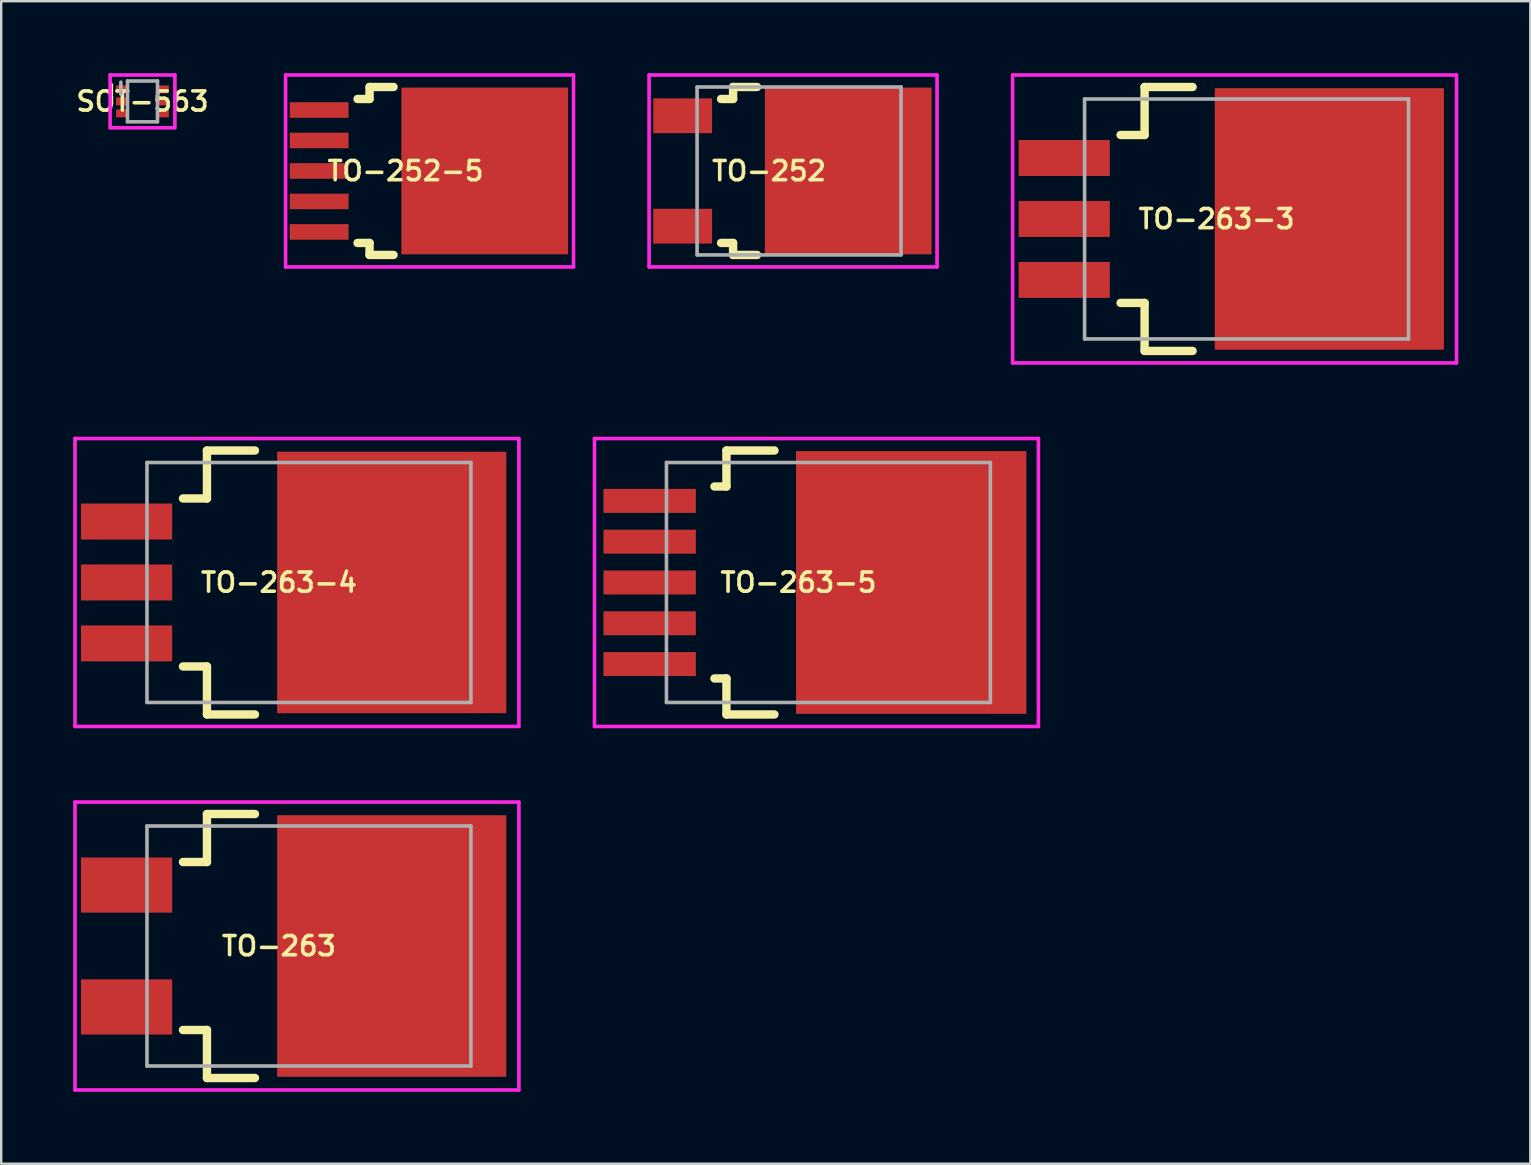
<source format=kicad_pcb>
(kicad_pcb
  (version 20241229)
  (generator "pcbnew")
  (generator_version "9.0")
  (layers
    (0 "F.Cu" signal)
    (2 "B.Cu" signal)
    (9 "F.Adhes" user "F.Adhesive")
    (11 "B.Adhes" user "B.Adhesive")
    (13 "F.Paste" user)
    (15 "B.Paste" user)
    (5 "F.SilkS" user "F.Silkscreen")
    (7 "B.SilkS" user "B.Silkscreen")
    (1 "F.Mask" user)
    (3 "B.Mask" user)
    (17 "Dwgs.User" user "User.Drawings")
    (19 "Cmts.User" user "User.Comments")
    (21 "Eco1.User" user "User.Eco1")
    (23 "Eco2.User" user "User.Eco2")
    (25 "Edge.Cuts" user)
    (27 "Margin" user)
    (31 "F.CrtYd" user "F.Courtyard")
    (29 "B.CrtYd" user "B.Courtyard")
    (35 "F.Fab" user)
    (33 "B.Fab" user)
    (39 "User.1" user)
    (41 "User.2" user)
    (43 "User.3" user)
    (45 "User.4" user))
  (footprint "TO-263-3"
    (layer "F.Cu")
    (at 47.651 6.075)
    (property "Reference" "TO-263-3" (at 0 0 0) (layer "F.SilkS") (effects (font (size 0.8 0.8) (thickness 0.15))))
    (attr through_hole)
    (fp_line (start -3 -5.5) (end -3 -3.5) (stroke (width 0.35) (type solid)) (layer "F.SilkS"))
    (fp_line (start -3 -3.5) (end -4 -3.5) (stroke (width 0.35) (type solid)) (layer "F.SilkS"))
    (fp_line (start -3 3.5) (end -4 3.5) (stroke (width 0.35) (type solid)) (layer "F.SilkS"))
    (fp_line (start -3 5.5) (end -3 3.5) (stroke (width 0.35) (type solid)) (layer "F.SilkS"))
    (fp_line (start -1 -5.5) (end -3 -5.5) (stroke (width 0.35) (type solid)) (layer "F.SilkS"))
    (fp_line (start -1 5.5) (end -3 5.5) (stroke (width 0.35) (type solid)) (layer "F.SilkS"))
    (fp_line (start -8.5 -6) (end 10 -6) (stroke (width 0.15) (type solid)) (layer "F.CrtYd"))
    (fp_line (start -8.5 6) (end -8.5 -6) (stroke (width 0.15) (type solid)) (layer "F.CrtYd"))
    (fp_line (start 10 -6) (end 10 6) (stroke (width 0.15) (type solid)) (layer "F.CrtYd"))
    (fp_line (start 10 6) (end -8.5 6) (stroke (width 0.15) (type solid)) (layer "F.CrtYd"))
    (fp_line (start -5.5 -5) (end 8 -5) (stroke (width 0.15) (type solid)) (layer "F.Fab"))
    (fp_line (start -5.5 5) (end -5.5 -5) (stroke (width 0.15) (type solid)) (layer "F.Fab"))
    (fp_line (start 8 -5) (end 8 5) (stroke (width 0.15) (type solid)) (layer "F.Fab"))
    (fp_line (start 8 5) (end -5.5 5) (stroke (width 0.15) (type solid)) (layer "F.Fab"))
    (pad "1" smd rect (at -6.35 -2.54 180) (size 3.8 1.5) (layers "F.Cu" "F.Mask" "F.Paste"))
    (pad "2" smd rect (at -6.35 2.54 180) (size 3.8 1.5) (layers "F.Cu" "F.Mask" "F.Paste"))
    (pad "3" smd rect (at -6.35 0 180) (size 3.8 1.5) (layers "F.Cu" "F.Mask" "F.Paste"))
    (pad "4" smd rect (at 4.7 0 180) (size 9.55 10.9) (layers "F.Cu" "F.Mask" "F.Paste")))
  (footprint "TO-263"
    (layer "F.Cu")
    (at 8.575 36.375)
    (property "Reference" "TO-263" (at 0 0 0) (layer "F.SilkS") (effects (font (size 0.8 0.8) (thickness 0.15))))
    (attr through_hole)
    (fp_line (start -3 -5.5) (end -3 -3.5) (stroke (width 0.35) (type solid)) (layer "F.SilkS"))
    (fp_line (start -3 -3.5) (end -4 -3.5) (stroke (width 0.35) (type solid)) (layer "F.SilkS"))
    (fp_line (start -3 3.5) (end -4 3.5) (stroke (width 0.35) (type solid)) (layer "F.SilkS"))
    (fp_line (start -3 5.5) (end -3 3.5) (stroke (width 0.35) (type solid)) (layer "F.SilkS"))
    (fp_line (start -1 -5.5) (end -3 -5.5) (stroke (width 0.35) (type solid)) (layer "F.SilkS"))
    (fp_line (start -1 5.5) (end -3 5.5) (stroke (width 0.35) (type solid)) (layer "F.SilkS"))
    (fp_line (start -8.5 -6) (end 10 -6) (stroke (width 0.15) (type solid)) (layer "F.CrtYd"))
    (fp_line (start -8.5 6) (end -8.5 -6) (stroke (width 0.15) (type solid)) (layer "F.CrtYd"))
    (fp_line (start 10 -6) (end 10 6) (stroke (width 0.15) (type solid)) (layer "F.CrtYd"))
    (fp_line (start 10 6) (end -8.5 6) (stroke (width 0.15) (type solid)) (layer "F.CrtYd"))
    (fp_line (start -5.5 -5) (end 8 -5) (stroke (width 0.15) (type solid)) (layer "F.Fab"))
    (fp_line (start -5.5 5) (end -5.5 -5) (stroke (width 0.15) (type solid)) (layer "F.Fab"))
    (fp_line (start 8 -5) (end 8 5) (stroke (width 0.15) (type solid)) (layer "F.Fab"))
    (fp_line (start 8 5) (end -5.5 5) (stroke (width 0.15) (type solid)) (layer "F.Fab"))
    (pad "1" smd rect (at -6.35 -2.54 180) (size 3.8 2.3) (layers "F.Cu" "F.Mask" "F.Paste"))
    (pad "2" smd rect (at -6.35 2.54 180) (size 3.8 2.3) (layers "F.Cu" "F.Mask" "F.Paste"))
    (pad "3" smd rect (at 4.7 0 180) (size 9.55 10.9) (layers "F.Cu" "F.Mask" "F.Paste")))
  (footprint "TO-252"
    (layer "F.Cu")
    (at 29.001 4.075)
    (property "Reference" "TO-252" (at 0 0 0) (layer "F.SilkS") (effects (font (size 0.8 0.8) (thickness 0.15))))
    (attr through_hole)
    (fp_line (start -1.5 -3.5) (end -1.5 -3) (stroke (width 0.35) (type solid)) (layer "F.SilkS"))
    (fp_line (start -1.5 -3) (end -2 -3) (stroke (width 0.35) (type solid)) (layer "F.SilkS"))
    (fp_line (start -1.5 3) (end -2 3) (stroke (width 0.35) (type solid)) (layer "F.SilkS"))
    (fp_line (start -1.5 3.5) (end -1.5 3) (stroke (width 0.35) (type solid)) (layer "F.SilkS"))
    (fp_line (start -0.5 -3.5) (end -1.5 -3.5) (stroke (width 0.35) (type solid)) (layer "F.SilkS"))
    (fp_line (start -0.5 3.5) (end -1.5 3.5) (stroke (width 0.35) (type solid)) (layer "F.SilkS"))
    (fp_line (start -5 -4) (end 7 -4) (stroke (width 0.15) (type solid)) (layer "F.CrtYd"))
    (fp_line (start -5 4) (end -5 -4) (stroke (width 0.15) (type solid)) (layer "F.CrtYd"))
    (fp_line (start 7 -4) (end 7 4) (stroke (width 0.15) (type solid)) (layer "F.CrtYd"))
    (fp_line (start 7 4) (end -5 4) (stroke (width 0.15) (type solid)) (layer "F.CrtYd"))
    (fp_line (start -3 -3.5) (end 5.5 -3.5) (stroke (width 0.15) (type solid)) (layer "F.Fab"))
    (fp_line (start -3 3.5) (end -3 -3.5) (stroke (width 0.15) (type solid)) (layer "F.Fab"))
    (fp_line (start 5.5 -3.5) (end 5.5 3.5) (stroke (width 0.15) (type solid)) (layer "F.Fab"))
    (fp_line (start 5.5 3.5) (end -3 3.5) (stroke (width 0.15) (type solid)) (layer "F.Fab"))
    (pad "1" smd rect (at -3.6 -2.3 180) (size 2.45 1.45) (layers "F.Cu" "F.Mask" "F.Paste"))
    (pad "2" smd rect (at -3.6 2.3 180) (size 2.45 1.45) (layers "F.Cu" "F.Mask" "F.Paste"))
    (pad "3" smd rect (at 3.3 0 180) (size 6.95 6.95) (layers "F.Cu" "F.Mask" "F.Paste")))
  (footprint "TO-252-5"
    (layer "F.Cu")
    (at 13.851 4.075)
    (property "Reference" "TO-252-5" (at 0 0 0) (layer "F.SilkS") (effects (font (size 0.8 0.8) (thickness 0.15))))
    (attr through_hole)
    (fp_line (start -1.5 -3.5) (end -1.5 -3) (stroke (width 0.35) (type solid)) (layer "F.SilkS"))
    (fp_line (start -1.5 -3) (end -2 -3) (stroke (width 0.35) (type solid)) (layer "F.SilkS"))
    (fp_line (start -1.5 3) (end -2 3) (stroke (width 0.35) (type solid)) (layer "F.SilkS"))
    (fp_line (start -1.5 3.5) (end -1.5 3) (stroke (width 0.35) (type solid)) (layer "F.SilkS"))
    (fp_line (start -0.5 -3.5) (end -1.5 -3.5) (stroke (width 0.35) (type solid)) (layer "F.SilkS"))
    (fp_line (start -0.5 3.5) (end -1.5 3.5) (stroke (width 0.35) (type solid)) (layer "F.SilkS"))
    (fp_line (start -5 -4) (end 7 -4) (stroke (width 0.15) (type solid)) (layer "F.CrtYd"))
    (fp_line (start -5 4) (end -5 -4) (stroke (width 0.15) (type solid)) (layer "F.CrtYd"))
    (fp_line (start 7 -4) (end 7 4) (stroke (width 0.15) (type solid)) (layer "F.CrtYd"))
    (fp_line (start 7 4) (end -5 4) (stroke (width 0.15) (type solid)) (layer "F.CrtYd"))
    (pad "1" smd rect (at -3.6 -2.54 180) (size 2.45 0.65) (layers "F.Cu" "F.Mask" "F.Paste"))
    (pad "2" smd rect (at -3.6 -1.27 180) (size 2.45 0.65) (layers "F.Cu" "F.Mask" "F.Paste"))
    (pad "3" smd rect (at -3.6 0 180) (size 2.45 0.65) (layers "F.Cu" "F.Mask" "F.Paste"))
    (pad "4" smd rect (at -3.6 1.27 180) (size 2.45 0.65) (layers "F.Cu" "F.Mask" "F.Paste"))
    (pad "5" smd rect (at -3.6 2.54 180) (size 2.45 0.65) (layers "F.Cu" "F.Mask" "F.Paste"))
    (pad "6" smd rect (at 3.3 0 180) (size 6.95 6.95) (layers "F.Cu" "F.Mask" "F.Paste")))
  (footprint "TO-263-4"
    (layer "F.Cu")
    (at 8.575 21.225)
    (property "Reference" "TO-263-4" (at 0 0 0) (layer "F.SilkS") (effects (font (size 0.8 0.8) (thickness 0.15))))
    (attr through_hole)
    (fp_line (start -3 -5.5) (end -3 -3.5) (stroke (width 0.35) (type solid)) (layer "F.SilkS"))
    (fp_line (start -3 -3.5) (end -4 -3.5) (stroke (width 0.35) (type solid)) (layer "F.SilkS"))
    (fp_line (start -3 3.5) (end -4 3.5) (stroke (width 0.35) (type solid)) (layer "F.SilkS"))
    (fp_line (start -3 5.5) (end -3 3.5) (stroke (width 0.35) (type solid)) (layer "F.SilkS"))
    (fp_line (start -1 -5.5) (end -3 -5.5) (stroke (width 0.35) (type solid)) (layer "F.SilkS"))
    (fp_line (start -1 5.5) (end -3 5.5) (stroke (width 0.35) (type solid)) (layer "F.SilkS"))
    (fp_line (start -8.5 -6) (end 10 -6) (stroke (width 0.15) (type solid)) (layer "F.CrtYd"))
    (fp_line (start -8.5 6) (end -8.5 -6) (stroke (width 0.15) (type solid)) (layer "F.CrtYd"))
    (fp_line (start 10 -6) (end 10 6) (stroke (width 0.15) (type solid)) (layer "F.CrtYd"))
    (fp_line (start 10 6) (end -8.5 6) (stroke (width 0.15) (type solid)) (layer "F.CrtYd"))
    (fp_line (start -5.5 -5) (end 8 -5) (stroke (width 0.15) (type solid)) (layer "F.Fab"))
    (fp_line (start -5.5 5) (end -5.5 -5) (stroke (width 0.15) (type solid)) (layer "F.Fab"))
    (fp_line (start 8 -5) (end 8 5) (stroke (width 0.15) (type solid)) (layer "F.Fab"))
    (fp_line (start 8 5) (end -5.5 5) (stroke (width 0.15) (type solid)) (layer "F.Fab"))
    (pad "1" smd rect (at -6.35 -2.54 180) (size 3.8 1.5) (layers "F.Cu" "F.Mask" "F.Paste"))
    (pad "2" smd rect (at -6.35 0 180) (size 3.8 1.5) (layers "F.Cu" "F.Mask" "F.Paste"))
    (pad "3" smd rect (at -6.35 2.54 180) (size 3.8 1.5) (layers "F.Cu" "F.Mask" "F.Paste"))
    (pad "4" smd rect (at 4.7 0 180) (size 9.55 10.9) (layers "F.Cu" "F.Mask" "F.Paste")))
  (footprint "SOT-563"
    (layer "F.Cu")
    (at 2.888 1.175)
    (property "Reference" "SOT-563" (at 0 0 0) (layer "F.SilkS") (effects (font (size 0.8 0.8) (thickness 0.15))))
    (attr through_hole)
    (fp_line (start -1.3 -0.7) (end -1.3 -0.3) (stroke (width 0.15) (type solid)) (layer "F.SilkS"))
    (fp_line (start -1.35 -1.1) (end 1.35 -1.1) (stroke (width 0.15) (type solid)) (layer "F.CrtYd"))
    (fp_line (start -1.35 1.1) (end -1.35 -1.1) (stroke (width 0.15) (type solid)) (layer "F.CrtYd"))
    (fp_line (start 1.35 -1.1) (end 1.35 1.1) (stroke (width 0.15) (type solid)) (layer "F.CrtYd"))
    (fp_line (start 1.35 1.1) (end -1.35 1.1) (stroke (width 0.15) (type solid)) (layer "F.CrtYd"))
    (fp_line (start -0.9 -0.8) (end -0.9 -0.3) (stroke (width 0.15) (type solid)) (layer "F.Fab"))
    (fp_line (start -0.625 -0.85) (end 0.625 -0.85) (stroke (width 0.15) (type solid)) (layer "F.Fab"))
    (fp_line (start -0.625 0.85) (end -0.625 -0.85) (stroke (width 0.15) (type solid)) (layer "F.Fab"))
    (fp_line (start 0.625 -0.85) (end 0.625 0.85) (stroke (width 0.15) (type solid)) (layer "F.Fab"))
    (fp_line (start 0.625 0.85) (end -0.625 0.85) (stroke (width 0.15) (type solid)) (layer "F.Fab"))
    (pad "1" smd rect (at -0.85 -0.5 180) (size 0.5 0.33) (layers "F.Cu" "F.Mask" "F.Paste"))
    (pad "2" smd rect (at -0.85 0 180) (size 0.5 0.33) (layers "F.Cu" "F.Mask" "F.Paste"))
    (pad "3" smd rect (at -0.85 0.5 180) (size 0.5 0.33) (layers "F.Cu" "F.Mask" "F.Paste"))
    (pad "4" smd rect (at 0.85 0.5 180) (size 0.5 0.33) (layers "F.Cu" "F.Mask" "F.Paste"))
    (pad "5" smd rect (at 0.85 0 180) (size 0.5 0.33) (layers "F.Cu" "F.Mask" "F.Paste"))
    (pad "6" smd rect (at 0.85 -0.5 180) (size 0.5 0.33) (layers "F.Cu" "F.Mask" "F.Paste")))
  (footprint "TO-263-5"
    (layer "F.Cu")
    (at 30.225 21.225)
    (property "Reference" "TO-263-5" (at 0 0 0) (layer "F.SilkS") (effects (font (size 0.8 0.8) (thickness 0.15))))
    (attr through_hole)
    (fp_line (start -3 -5.5) (end -3 -4) (stroke (width 0.35) (type solid)) (layer "F.SilkS"))
    (fp_line (start -3 -4) (end -3.5 -4) (stroke (width 0.35) (type solid)) (layer "F.SilkS"))
    (fp_line (start -3 4) (end -3.5 4) (stroke (width 0.35) (type solid)) (layer "F.SilkS"))
    (fp_line (start -3 5.5) (end -3 4) (stroke (width 0.35) (type solid)) (layer "F.SilkS"))
    (fp_line (start -1 -5.5) (end -3 -5.5) (stroke (width 0.35) (type solid)) (layer "F.SilkS"))
    (fp_line (start -1 5.5) (end -3 5.5) (stroke (width 0.35) (type solid)) (layer "F.SilkS"))
    (fp_line (start -8.5 -6) (end 10 -6) (stroke (width 0.15) (type solid)) (layer "F.CrtYd"))
    (fp_line (start -8.5 6) (end -8.5 -6) (stroke (width 0.15) (type solid)) (layer "F.CrtYd"))
    (fp_line (start 10 -6) (end 10 6) (stroke (width 0.15) (type solid)) (layer "F.CrtYd"))
    (fp_line (start 10 6) (end -8.5 6) (stroke (width 0.15) (type solid)) (layer "F.CrtYd"))
    (fp_line (start -5.5 -5) (end 8 -5) (stroke (width 0.15) (type solid)) (layer "F.Fab"))
    (fp_line (start -5.5 5) (end -5.5 -5) (stroke (width 0.15) (type solid)) (layer "F.Fab"))
    (fp_line (start 8 -5) (end 8 5) (stroke (width 0.15) (type solid)) (layer "F.Fab"))
    (fp_line (start 8 5) (end -5.5 5) (stroke (width 0.15) (type solid)) (layer "F.Fab"))
    (pad "" smd rect (at 1.5 -3 180) (size 2.3 2.3) (layers "F.Paste"))
    (pad "" smd rect (at 1.5 0 180) (size 2.3 2.3) (layers "F.Paste"))
    (pad "" smd rect (at 1.5 3 180) (size 2.3 2.3) (layers "F.Paste"))
    (pad "" smd rect (at 5 -3 180) (size 2.3 2.3) (layers "F.Paste"))
    (pad "" smd rect (at 5 0 180) (size 2.3 2.3) (layers "F.Paste"))
    (pad "" smd rect (at 5 3 180) (size 2.3 2.3) (layers "F.Paste"))
    (pad "1" smd rect (at -6.2 -3.4 180) (size 3.85 1) (layers "F.Cu" "F.Mask" "F.Paste"))
    (pad "2" smd rect (at -6.2 -1.7 180) (size 3.85 1) (layers "F.Cu" "F.Mask" "F.Paste"))
    (pad "3" smd rect (at -6.2 0 180) (size 3.85 1) (layers "F.Cu" "F.Mask" "F.Paste"))
    (pad "4" smd rect (at -6.2 1.7 180) (size 3.85 1) (layers "F.Cu" "F.Mask" "F.Paste"))
    (pad "5" smd rect (at -6.2 3.4 180) (size 3.85 1) (layers "F.Cu" "F.Mask" "F.Paste"))
    (pad "6" smd rect (at 4.7 0 180) (size 9.6 10.95) (layers "F.Cu" "F.Mask")))
  (gr_rect
    (start -3 -3)
    (end 60.726 45.45)
    (stroke (width 0.1) (type default))
    (fill no)
    (layer "Edge.Cuts")))
</source>
